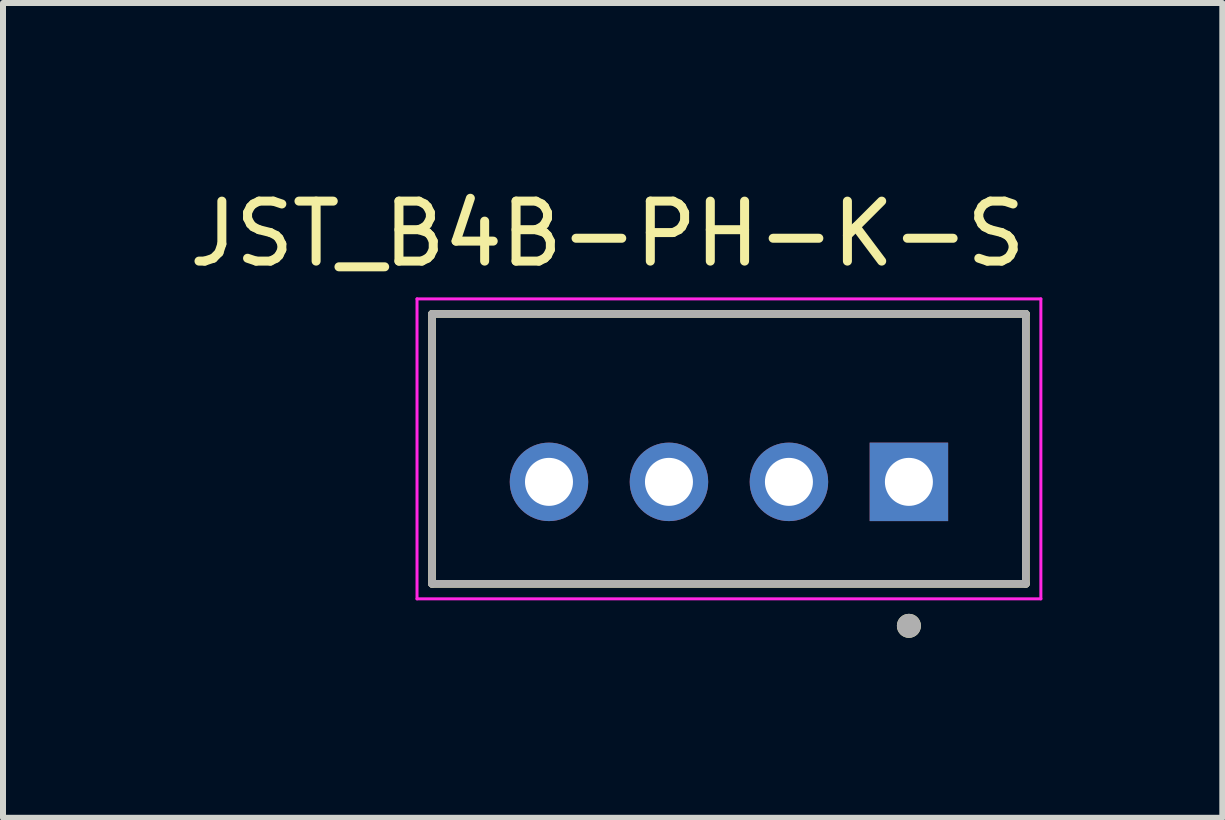
<source format=kicad_pcb>
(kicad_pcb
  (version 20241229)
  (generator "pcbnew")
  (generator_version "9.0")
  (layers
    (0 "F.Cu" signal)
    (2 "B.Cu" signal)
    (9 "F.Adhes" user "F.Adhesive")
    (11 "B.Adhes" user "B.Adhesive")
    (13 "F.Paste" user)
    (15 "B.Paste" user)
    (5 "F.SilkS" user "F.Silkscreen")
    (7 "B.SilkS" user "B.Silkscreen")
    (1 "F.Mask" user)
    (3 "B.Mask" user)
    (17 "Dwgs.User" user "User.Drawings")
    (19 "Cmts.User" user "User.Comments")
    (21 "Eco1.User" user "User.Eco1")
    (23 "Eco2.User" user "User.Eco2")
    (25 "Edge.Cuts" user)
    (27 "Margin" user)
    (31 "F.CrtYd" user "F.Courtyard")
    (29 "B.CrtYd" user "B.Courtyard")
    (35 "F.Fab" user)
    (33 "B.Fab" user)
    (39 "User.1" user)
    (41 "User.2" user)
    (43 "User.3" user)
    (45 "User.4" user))
  (footprint "JST_B4B-PH-K-S"
    (layer "F.Cu")
    (at 9.102 4.433)
    (property "Reference" "JST_B4B-PH-K-S" (at -2.025 -3.585 0) (layer "F.SilkS") (effects (font (size 1 1) (thickness 0.15))))
    (attr through_hole)
    (fp_line (start -4.95 -2.25) (end 4.95 -2.25) (stroke (width 0.127) (type solid)) (layer "F.SilkS"))
    (fp_line (start -4.95 2.25) (end -4.95 -2.25) (stroke (width 0.127) (type solid)) (layer "F.SilkS"))
    (fp_line (start 4.95 -2.25) (end 4.95 2.25) (stroke (width 0.127) (type solid)) (layer "F.SilkS"))
    (fp_line (start 4.95 2.25) (end -4.95 2.25) (stroke (width 0.127) (type solid)) (layer "F.SilkS"))
    (fp_circle (center 3 2.95) (end 3.1 2.95) (stroke (width 0.2) (type solid)) (fill no) (layer "F.SilkS"))
    (fp_line (start -5.2 -2.5) (end 5.2 -2.5) (stroke (width 0.05) (type solid)) (layer "F.CrtYd"))
    (fp_line (start -5.2 2.5) (end -5.2 -2.5) (stroke (width 0.05) (type solid)) (layer "F.CrtYd"))
    (fp_line (start 5.2 -2.5) (end 5.2 2.5) (stroke (width 0.05) (type solid)) (layer "F.CrtYd"))
    (fp_line (start 5.2 2.5) (end -5.2 2.5) (stroke (width 0.05) (type solid)) (layer "F.CrtYd"))
    (fp_line (start -4.95 -2.25) (end 4.95 -2.25) (stroke (width 0.127) (type solid)) (layer "F.Fab"))
    (fp_line (start -4.95 2.25) (end -4.95 -2.25) (stroke (width 0.127) (type solid)) (layer "F.Fab"))
    (fp_line (start 4.95 -2.25) (end 4.95 2.25) (stroke (width 0.127) (type solid)) (layer "F.Fab"))
    (fp_line (start 4.95 2.25) (end -4.95 2.25) (stroke (width 0.127) (type solid)) (layer "F.Fab"))
    (fp_circle (center 3 2.95) (end 3.1 2.95) (stroke (width 0.2) (type solid)) (fill no) (layer "F.Fab"))
    (pad "1" thru_hole rect (at 3 0.55) (size 1.308 1.308) (drill 0.8) (layers "*.Cu" "*.Mask"))
    (pad "2" thru_hole circle (at 1 0.55) (size 1.308 1.308) (drill 0.8) (layers "*.Cu" "*.Mask"))
    (pad "3" thru_hole circle (at -1 0.55) (size 1.308 1.308) (drill 0.8) (layers "*.Cu" "*.Mask"))
    (pad "4" thru_hole circle (at -3 0.55) (size 1.308 1.308) (drill 0.8) (layers "*.Cu" "*.Mask")))
  (gr_rect
    (start -3 -3)
    (end 17.327 10.583)
    (stroke (width 0.1) (type default))
    (fill no)
    (layer "Edge.Cuts")))
</source>
